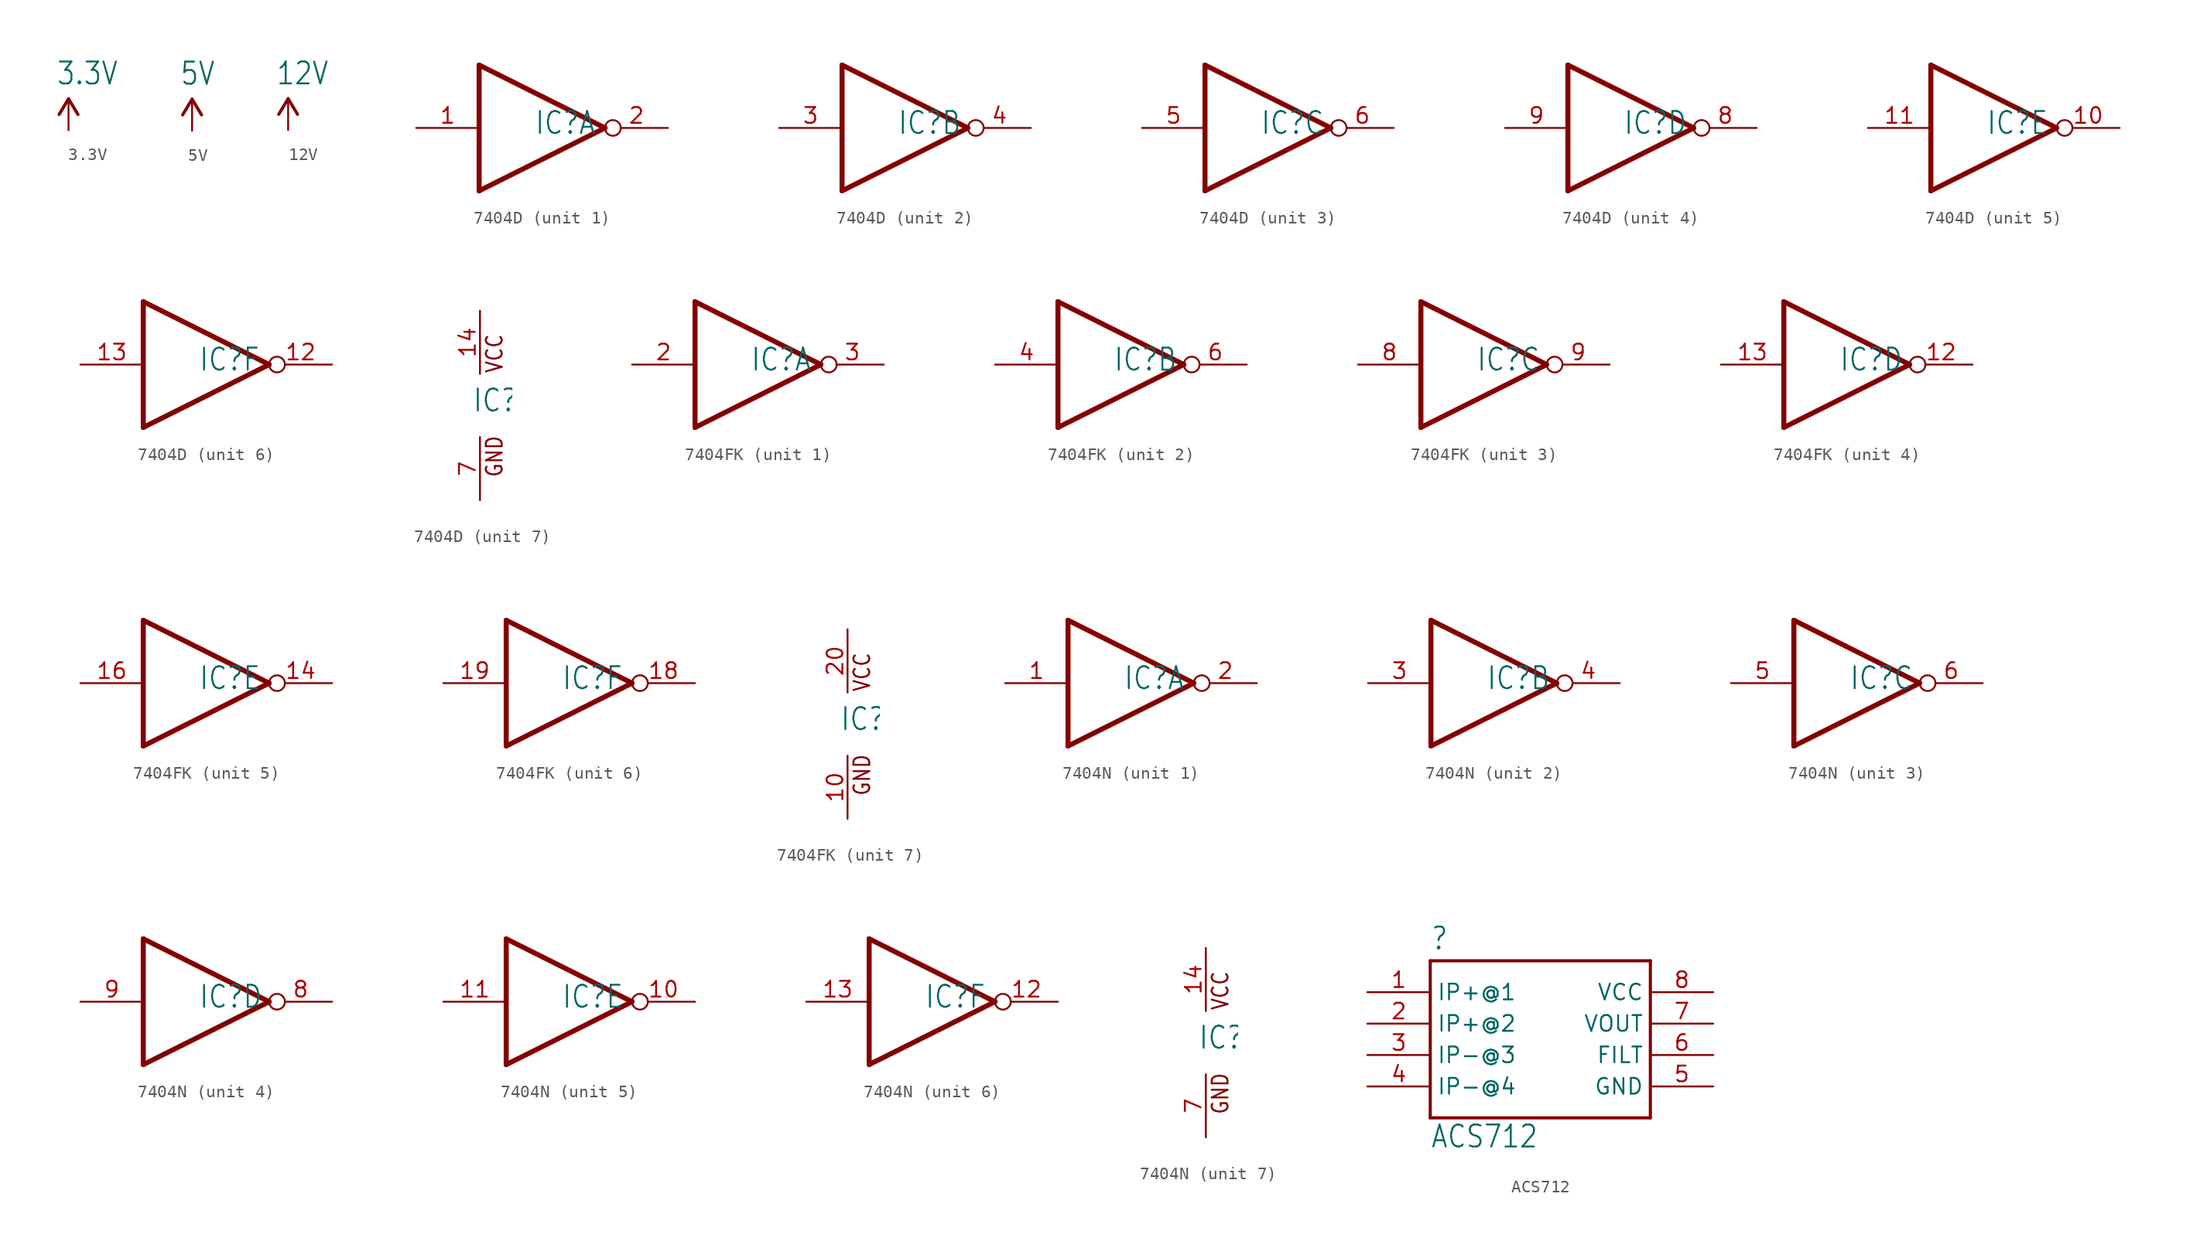
<source format=kicad_sym>
(kicad_symbol_lib
  (version 20220914)
  (generator kicad_symbol_editor)
  (symbol "3.3V"
    (power)
    (property "Reference" "#SUPPLY"
      (at 0 0 0)
      (effects (font (size 1.27 1.27)) hide))
    (property "Value" "3.3V"
      (at -1.016 3.556 0)
      (effects (font (size 1.778 1.511)) (justify left bottom)))
    (property "ki_locked" ""
      (at 0 0 0)
      (effects (font (size 1.27 1.27))))
    (symbol "3.3V_1_0"
      (polyline (pts (xy 0 2.54) (xy -0.762 1.27)) (stroke (width 0.254) (type default)) (fill (type none)))
      (polyline (pts (xy 0.762 1.27) (xy 0 2.54)) (stroke (width 0.254) (type default)) (fill (type none)))
      (pin power_in line (at 0 0 90) (length 2.54) (name "3.3V" (effects (font (size 0 0)))) (number "1" (effects (font (size 0 0)))))))
  (symbol "5V"
    (power)
    (property "Reference" "#SUPPLY"
      (at 0 0 0)
      (effects (font (size 1.27 1.27)) hide))
    (property "Value" "5V"
      (at -1.016 3.556 0)
      (effects (font (size 1.778 1.511)) (justify left bottom)))
    (property "ki_locked" ""
      (at 0 0 0)
      (effects (font (size 1.27 1.27))))
    (symbol "5V_1_0"
      (polyline (pts (xy 0 2.54) (xy -0.762 1.27)) (stroke (width 0.254) (type default)) (fill (type none)))
      (polyline (pts (xy 0.762 1.27) (xy 0 2.54)) (stroke (width 0.254) (type default)) (fill (type none)))
      (pin power_in line (at 0 0 90) (length 2.54) (name "5V" (effects (font (size 0 0)))) (number "1" (effects (font (size 0 0)))))))
  (symbol "12V"
    (power)
    (property "Reference" "#SUPPLY"
      (at 0 0 0)
      (effects (font (size 1.27 1.27)) hide))
    (property "Value" "12V"
      (at -1.016 3.556 0)
      (effects (font (size 1.778 1.511)) (justify left bottom)))
    (property "ki_locked" ""
      (at 0 0 0)
      (effects (font (size 1.27 1.27))))
    (symbol "12V_1_0"
      (polyline (pts (xy 0 2.54) (xy -0.762 1.27)) (stroke (width 0.254) (type default)) (fill (type none)))
      (polyline (pts (xy 0.762 1.27) (xy 0 2.54)) (stroke (width 0.254) (type default)) (fill (type none)))
      (pin power_in line (at 0 0 90) (length 2.54) (name "12V" (effects (font (size 0 0)))) (number "1" (effects (font (size 0 0)))))))
  (symbol "7404D"
    (property "Reference" "IC"
      (at -0.635 -0.635 0)
      (effects (font (size 1.778 1.511)) (justify left bottom)))
    (property "ki_locked" ""
      (at 0 0 0)
      (effects (font (size 1.27 1.27))))
    (symbol "7404D_1_0"
      (polyline (pts (xy -5.08 -5.08) (xy -5.08 5.08)) (stroke (width 0.406) (type default)) (fill (type none)))
      (polyline (pts (xy -5.08 5.08) (xy 5.08 0)) (stroke (width 0.406) (type default)) (fill (type none)))
      (polyline (pts (xy 5.08 0) (xy -5.08 -5.08)) (stroke (width 0.406) (type default)) (fill (type none)))
      (pin input line (at -10.16 0 0) (length 5.08) (name "I" (effects (font (size 0 0)))) (number "1" (effects (font (size 1.27 1.27)))))
      (pin output inverted (at 10.16 0 180) (length 5.08) (name "O" (effects (font (size 0 0)))) (number "2" (effects (font (size 1.27 1.27))))))
    (symbol "7404D_2_0"
      (polyline (pts (xy -5.08 -5.08) (xy -5.08 5.08)) (stroke (width 0.406) (type default)) (fill (type none)))
      (polyline (pts (xy -5.08 5.08) (xy 5.08 0)) (stroke (width 0.406) (type default)) (fill (type none)))
      (polyline (pts (xy 5.08 0) (xy -5.08 -5.08)) (stroke (width 0.406) (type default)) (fill (type none)))
      (pin input line (at -10.16 0 0) (length 5.08) (name "I" (effects (font (size 0 0)))) (number "3" (effects (font (size 1.27 1.27)))))
      (pin output inverted (at 10.16 0 180) (length 5.08) (name "O" (effects (font (size 0 0)))) (number "4" (effects (font (size 1.27 1.27))))))
    (symbol "7404D_3_0"
      (polyline (pts (xy -5.08 -5.08) (xy -5.08 5.08)) (stroke (width 0.406) (type default)) (fill (type none)))
      (polyline (pts (xy -5.08 5.08) (xy 5.08 0)) (stroke (width 0.406) (type default)) (fill (type none)))
      (polyline (pts (xy 5.08 0) (xy -5.08 -5.08)) (stroke (width 0.406) (type default)) (fill (type none)))
      (pin input line (at -10.16 0 0) (length 5.08) (name "I" (effects (font (size 0 0)))) (number "5" (effects (font (size 1.27 1.27)))))
      (pin output inverted (at 10.16 0 180) (length 5.08) (name "O" (effects (font (size 0 0)))) (number "6" (effects (font (size 1.27 1.27))))))
    (symbol "7404D_4_0"
      (polyline (pts (xy -5.08 -5.08) (xy -5.08 5.08)) (stroke (width 0.406) (type default)) (fill (type none)))
      (polyline (pts (xy -5.08 5.08) (xy 5.08 0)) (stroke (width 0.406) (type default)) (fill (type none)))
      (polyline (pts (xy 5.08 0) (xy -5.08 -5.08)) (stroke (width 0.406) (type default)) (fill (type none)))
      (pin output inverted (at 10.16 0 180) (length 5.08) (name "O" (effects (font (size 0 0)))) (number "8" (effects (font (size 1.27 1.27)))))
      (pin input line (at -10.16 0 0) (length 5.08) (name "I" (effects (font (size 0 0)))) (number "9" (effects (font (size 1.27 1.27))))))
    (symbol "7404D_5_0"
      (polyline (pts (xy -5.08 -5.08) (xy -5.08 5.08)) (stroke (width 0.406) (type default)) (fill (type none)))
      (polyline (pts (xy -5.08 5.08) (xy 5.08 0)) (stroke (width 0.406) (type default)) (fill (type none)))
      (polyline (pts (xy 5.08 0) (xy -5.08 -5.08)) (stroke (width 0.406) (type default)) (fill (type none)))
      (pin output inverted (at 10.16 0 180) (length 5.08) (name "O" (effects (font (size 0 0)))) (number "10" (effects (font (size 1.27 1.27)))))
      (pin input line (at -10.16 0 0) (length 5.08) (name "I" (effects (font (size 0 0)))) (number "11" (effects (font (size 1.27 1.27))))))
    (symbol "7404D_6_0"
      (polyline (pts (xy -5.08 -5.08) (xy -5.08 5.08)) (stroke (width 0.406) (type default)) (fill (type none)))
      (polyline (pts (xy -5.08 5.08) (xy 5.08 0)) (stroke (width 0.406) (type default)) (fill (type none)))
      (polyline (pts (xy 5.08 0) (xy -5.08 -5.08)) (stroke (width 0.406) (type default)) (fill (type none)))
      (pin output inverted (at 10.16 0 180) (length 5.08) (name "O" (effects (font (size 0 0)))) (number "12" (effects (font (size 1.27 1.27)))))
      (pin input line (at -10.16 0 0) (length 5.08) (name "I" (effects (font (size 0 0)))) (number "13" (effects (font (size 1.27 1.27))))))
    (symbol "7404D_7_0"
      (text "GND" (at 1.905 -5.842 900) (effects (font (size 1.27 1.079)) (justify left bottom)))
      (text "VCC" (at 1.905 2.54 900) (effects (font (size 1.27 1.079)) (justify left bottom)))
      (pin power_in line (at 0 7.62 270) (length 5.08) (name "VCC" (effects (font (size 0 0)))) (number "14" (effects (font (size 1.27 1.27)))))
      (pin power_in line (at 0 -7.62 90) (length 5.08) (name "GND" (effects (font (size 0 0)))) (number "7" (effects (font (size 1.27 1.27)))))))
  (symbol "7404FK"
    (property "Reference" "IC"
      (at -0.635 -0.635 0)
      (effects (font (size 1.778 1.511)) (justify left bottom)))
    (property "ki_locked" ""
      (at 0 0 0)
      (effects (font (size 1.27 1.27))))
    (symbol "7404FK_1_0"
      (polyline (pts (xy -5.08 -5.08) (xy -5.08 5.08)) (stroke (width 0.406) (type default)) (fill (type none)))
      (polyline (pts (xy -5.08 5.08) (xy 5.08 0)) (stroke (width 0.406) (type default)) (fill (type none)))
      (polyline (pts (xy 5.08 0) (xy -5.08 -5.08)) (stroke (width 0.406) (type default)) (fill (type none)))
      (pin input line (at -10.16 0 0) (length 5.08) (name "I" (effects (font (size 0 0)))) (number "2" (effects (font (size 1.27 1.27)))))
      (pin output inverted (at 10.16 0 180) (length 5.08) (name "O" (effects (font (size 0 0)))) (number "3" (effects (font (size 1.27 1.27))))))
    (symbol "7404FK_2_0"
      (polyline (pts (xy -5.08 -5.08) (xy -5.08 5.08)) (stroke (width 0.406) (type default)) (fill (type none)))
      (polyline (pts (xy -5.08 5.08) (xy 5.08 0)) (stroke (width 0.406) (type default)) (fill (type none)))
      (polyline (pts (xy 5.08 0) (xy -5.08 -5.08)) (stroke (width 0.406) (type default)) (fill (type none)))
      (pin input line (at -10.16 0 0) (length 5.08) (name "I" (effects (font (size 0 0)))) (number "4" (effects (font (size 1.27 1.27)))))
      (pin output inverted (at 10.16 0 180) (length 5.08) (name "O" (effects (font (size 0 0)))) (number "6" (effects (font (size 1.27 1.27))))))
    (symbol "7404FK_3_0"
      (polyline (pts (xy -5.08 -5.08) (xy -5.08 5.08)) (stroke (width 0.406) (type default)) (fill (type none)))
      (polyline (pts (xy -5.08 5.08) (xy 5.08 0)) (stroke (width 0.406) (type default)) (fill (type none)))
      (polyline (pts (xy 5.08 0) (xy -5.08 -5.08)) (stroke (width 0.406) (type default)) (fill (type none)))
      (pin input line (at -10.16 0 0) (length 5.08) (name "I" (effects (font (size 0 0)))) (number "8" (effects (font (size 1.27 1.27)))))
      (pin output inverted (at 10.16 0 180) (length 5.08) (name "O" (effects (font (size 0 0)))) (number "9" (effects (font (size 1.27 1.27))))))
    (symbol "7404FK_4_0"
      (polyline (pts (xy -5.08 -5.08) (xy -5.08 5.08)) (stroke (width 0.406) (type default)) (fill (type none)))
      (polyline (pts (xy -5.08 5.08) (xy 5.08 0)) (stroke (width 0.406) (type default)) (fill (type none)))
      (polyline (pts (xy 5.08 0) (xy -5.08 -5.08)) (stroke (width 0.406) (type default)) (fill (type none)))
      (pin output inverted (at 10.16 0 180) (length 5.08) (name "O" (effects (font (size 0 0)))) (number "12" (effects (font (size 1.27 1.27)))))
      (pin input line (at -10.16 0 0) (length 5.08) (name "I" (effects (font (size 0 0)))) (number "13" (effects (font (size 1.27 1.27))))))
    (symbol "7404FK_5_0"
      (polyline (pts (xy -5.08 -5.08) (xy -5.08 5.08)) (stroke (width 0.406) (type default)) (fill (type none)))
      (polyline (pts (xy -5.08 5.08) (xy 5.08 0)) (stroke (width 0.406) (type default)) (fill (type none)))
      (polyline (pts (xy 5.08 0) (xy -5.08 -5.08)) (stroke (width 0.406) (type default)) (fill (type none)))
      (pin output inverted (at 10.16 0 180) (length 5.08) (name "O" (effects (font (size 0 0)))) (number "14" (effects (font (size 1.27 1.27)))))
      (pin input line (at -10.16 0 0) (length 5.08) (name "I" (effects (font (size 0 0)))) (number "16" (effects (font (size 1.27 1.27))))))
    (symbol "7404FK_6_0"
      (polyline (pts (xy -5.08 -5.08) (xy -5.08 5.08)) (stroke (width 0.406) (type default)) (fill (type none)))
      (polyline (pts (xy -5.08 5.08) (xy 5.08 0)) (stroke (width 0.406) (type default)) (fill (type none)))
      (polyline (pts (xy 5.08 0) (xy -5.08 -5.08)) (stroke (width 0.406) (type default)) (fill (type none)))
      (pin output inverted (at 10.16 0 180) (length 5.08) (name "O" (effects (font (size 0 0)))) (number "18" (effects (font (size 1.27 1.27)))))
      (pin input line (at -10.16 0 0) (length 5.08) (name "I" (effects (font (size 0 0)))) (number "19" (effects (font (size 1.27 1.27))))))
    (symbol "7404FK_7_0"
      (text "GND" (at 1.905 -5.842 900) (effects (font (size 1.27 1.079)) (justify left bottom)))
      (text "VCC" (at 1.905 2.54 900) (effects (font (size 1.27 1.079)) (justify left bottom)))
      (pin power_in line (at 0 -7.62 90) (length 5.08) (name "GND" (effects (font (size 0 0)))) (number "10" (effects (font (size 1.27 1.27)))))
      (pin power_in line (at 0 7.62 270) (length 5.08) (name "VCC" (effects (font (size 0 0)))) (number "20" (effects (font (size 1.27 1.27)))))))
  (symbol "7404N"
    (property "Reference" "IC"
      (at -0.635 -0.635 0)
      (effects (font (size 1.778 1.511)) (justify left bottom)))
    (property "ki_locked" ""
      (at 0 0 0)
      (effects (font (size 1.27 1.27))))
    (symbol "7404N_1_0"
      (polyline (pts (xy -5.08 -5.08) (xy -5.08 5.08)) (stroke (width 0.406) (type default)) (fill (type none)))
      (polyline (pts (xy -5.08 5.08) (xy 5.08 0)) (stroke (width 0.406) (type default)) (fill (type none)))
      (polyline (pts (xy 5.08 0) (xy -5.08 -5.08)) (stroke (width 0.406) (type default)) (fill (type none)))
      (pin input line (at -10.16 0 0) (length 5.08) (name "I" (effects (font (size 0 0)))) (number "1" (effects (font (size 1.27 1.27)))))
      (pin output inverted (at 10.16 0 180) (length 5.08) (name "O" (effects (font (size 0 0)))) (number "2" (effects (font (size 1.27 1.27))))))
    (symbol "7404N_2_0"
      (polyline (pts (xy -5.08 -5.08) (xy -5.08 5.08)) (stroke (width 0.406) (type default)) (fill (type none)))
      (polyline (pts (xy -5.08 5.08) (xy 5.08 0)) (stroke (width 0.406) (type default)) (fill (type none)))
      (polyline (pts (xy 5.08 0) (xy -5.08 -5.08)) (stroke (width 0.406) (type default)) (fill (type none)))
      (pin input line (at -10.16 0 0) (length 5.08) (name "I" (effects (font (size 0 0)))) (number "3" (effects (font (size 1.27 1.27)))))
      (pin output inverted (at 10.16 0 180) (length 5.08) (name "O" (effects (font (size 0 0)))) (number "4" (effects (font (size 1.27 1.27))))))
    (symbol "7404N_3_0"
      (polyline (pts (xy -5.08 -5.08) (xy -5.08 5.08)) (stroke (width 0.406) (type default)) (fill (type none)))
      (polyline (pts (xy -5.08 5.08) (xy 5.08 0)) (stroke (width 0.406) (type default)) (fill (type none)))
      (polyline (pts (xy 5.08 0) (xy -5.08 -5.08)) (stroke (width 0.406) (type default)) (fill (type none)))
      (pin input line (at -10.16 0 0) (length 5.08) (name "I" (effects (font (size 0 0)))) (number "5" (effects (font (size 1.27 1.27)))))
      (pin output inverted (at 10.16 0 180) (length 5.08) (name "O" (effects (font (size 0 0)))) (number "6" (effects (font (size 1.27 1.27))))))
    (symbol "7404N_4_0"
      (polyline (pts (xy -5.08 -5.08) (xy -5.08 5.08)) (stroke (width 0.406) (type default)) (fill (type none)))
      (polyline (pts (xy -5.08 5.08) (xy 5.08 0)) (stroke (width 0.406) (type default)) (fill (type none)))
      (polyline (pts (xy 5.08 0) (xy -5.08 -5.08)) (stroke (width 0.406) (type default)) (fill (type none)))
      (pin output inverted (at 10.16 0 180) (length 5.08) (name "O" (effects (font (size 0 0)))) (number "8" (effects (font (size 1.27 1.27)))))
      (pin input line (at -10.16 0 0) (length 5.08) (name "I" (effects (font (size 0 0)))) (number "9" (effects (font (size 1.27 1.27))))))
    (symbol "7404N_5_0"
      (polyline (pts (xy -5.08 -5.08) (xy -5.08 5.08)) (stroke (width 0.406) (type default)) (fill (type none)))
      (polyline (pts (xy -5.08 5.08) (xy 5.08 0)) (stroke (width 0.406) (type default)) (fill (type none)))
      (polyline (pts (xy 5.08 0) (xy -5.08 -5.08)) (stroke (width 0.406) (type default)) (fill (type none)))
      (pin output inverted (at 10.16 0 180) (length 5.08) (name "O" (effects (font (size 0 0)))) (number "10" (effects (font (size 1.27 1.27)))))
      (pin input line (at -10.16 0 0) (length 5.08) (name "I" (effects (font (size 0 0)))) (number "11" (effects (font (size 1.27 1.27))))))
    (symbol "7404N_6_0"
      (polyline (pts (xy -5.08 -5.08) (xy -5.08 5.08)) (stroke (width 0.406) (type default)) (fill (type none)))
      (polyline (pts (xy -5.08 5.08) (xy 5.08 0)) (stroke (width 0.406) (type default)) (fill (type none)))
      (polyline (pts (xy 5.08 0) (xy -5.08 -5.08)) (stroke (width 0.406) (type default)) (fill (type none)))
      (pin output inverted (at 10.16 0 180) (length 5.08) (name "O" (effects (font (size 0 0)))) (number "12" (effects (font (size 1.27 1.27)))))
      (pin input line (at -10.16 0 0) (length 5.08) (name "I" (effects (font (size 0 0)))) (number "13" (effects (font (size 1.27 1.27))))))
    (symbol "7404N_7_0"
      (text "GND" (at 1.905 -5.842 900) (effects (font (size 1.27 1.079)) (justify left bottom)))
      (text "VCC" (at 1.905 2.54 900) (effects (font (size 1.27 1.079)) (justify left bottom)))
      (pin power_in line (at 0 7.62 270) (length 5.08) (name "VCC" (effects (font (size 0 0)))) (number "14" (effects (font (size 1.27 1.27)))))
      (pin power_in line (at 0 -7.62 90) (length 5.08) (name "GND" (effects (font (size 0 0)))) (number "7" (effects (font (size 1.27 1.27)))))))
  (symbol "ACS712"
    (property "Reference" ""
      (at -10.16 8.382 0)
      (effects (font (size 1.778 1.511)) (justify left bottom)))
    (property "Value" "ACS712"
      (at -10.16 -7.62 0)
      (effects (font (size 1.778 1.511)) (justify left bottom)))
    (property "ki_locked" ""
      (at 0 0 0)
      (effects (font (size 1.27 1.27))))
    (symbol "ACS712_1_0"
      (polyline (pts (xy -10.16 -5.08) (xy -10.16 7.62)) (stroke (width 0.254) (type default)) (fill (type none)))
      (polyline (pts (xy -10.16 7.62) (xy 7.62 7.62)) (stroke (width 0.254) (type default)) (fill (type none)))
      (polyline (pts (xy 7.62 -5.08) (xy -10.16 -5.08)) (stroke (width 0.254) (type default)) (fill (type none)))
      (polyline (pts (xy 7.62 7.62) (xy 7.62 -5.08)) (stroke (width 0.254) (type default)) (fill (type none)))
      (pin bidirectional line (at -15.24 5.08 0) (length 5.08) (name "IP+@1" (effects (font (size 1.27 1.27)))) (number "1" (effects (font (size 1.27 1.27)))))
      (pin bidirectional line (at -15.24 2.54 0) (length 5.08) (name "IP+@2" (effects (font (size 1.27 1.27)))) (number "2" (effects (font (size 1.27 1.27)))))
      (pin bidirectional line (at -15.24 0 0) (length 5.08) (name "IP-@3" (effects (font (size 1.27 1.27)))) (number "3" (effects (font (size 1.27 1.27)))))
      (pin bidirectional line (at -15.24 -2.54 0) (length 5.08) (name "IP-@4" (effects (font (size 1.27 1.27)))) (number "4" (effects (font (size 1.27 1.27)))))
      (pin bidirectional line (at 12.7 -2.54 180) (length 5.08) (name "GND" (effects (font (size 1.27 1.27)))) (number "5" (effects (font (size 1.27 1.27)))))
      (pin bidirectional line (at 12.7 0 180) (length 5.08) (name "FILT" (effects (font (size 1.27 1.27)))) (number "6" (effects (font (size 1.27 1.27)))))
      (pin bidirectional line (at 12.7 2.54 180) (length 5.08) (name "VOUT" (effects (font (size 1.27 1.27)))) (number "7" (effects (font (size 1.27 1.27)))))
      (pin bidirectional line (at 12.7 5.08 180) (length 5.08) (name "VCC" (effects (font (size 1.27 1.27)))) (number "8" (effects (font (size 1.27 1.27))))))))
</source>
